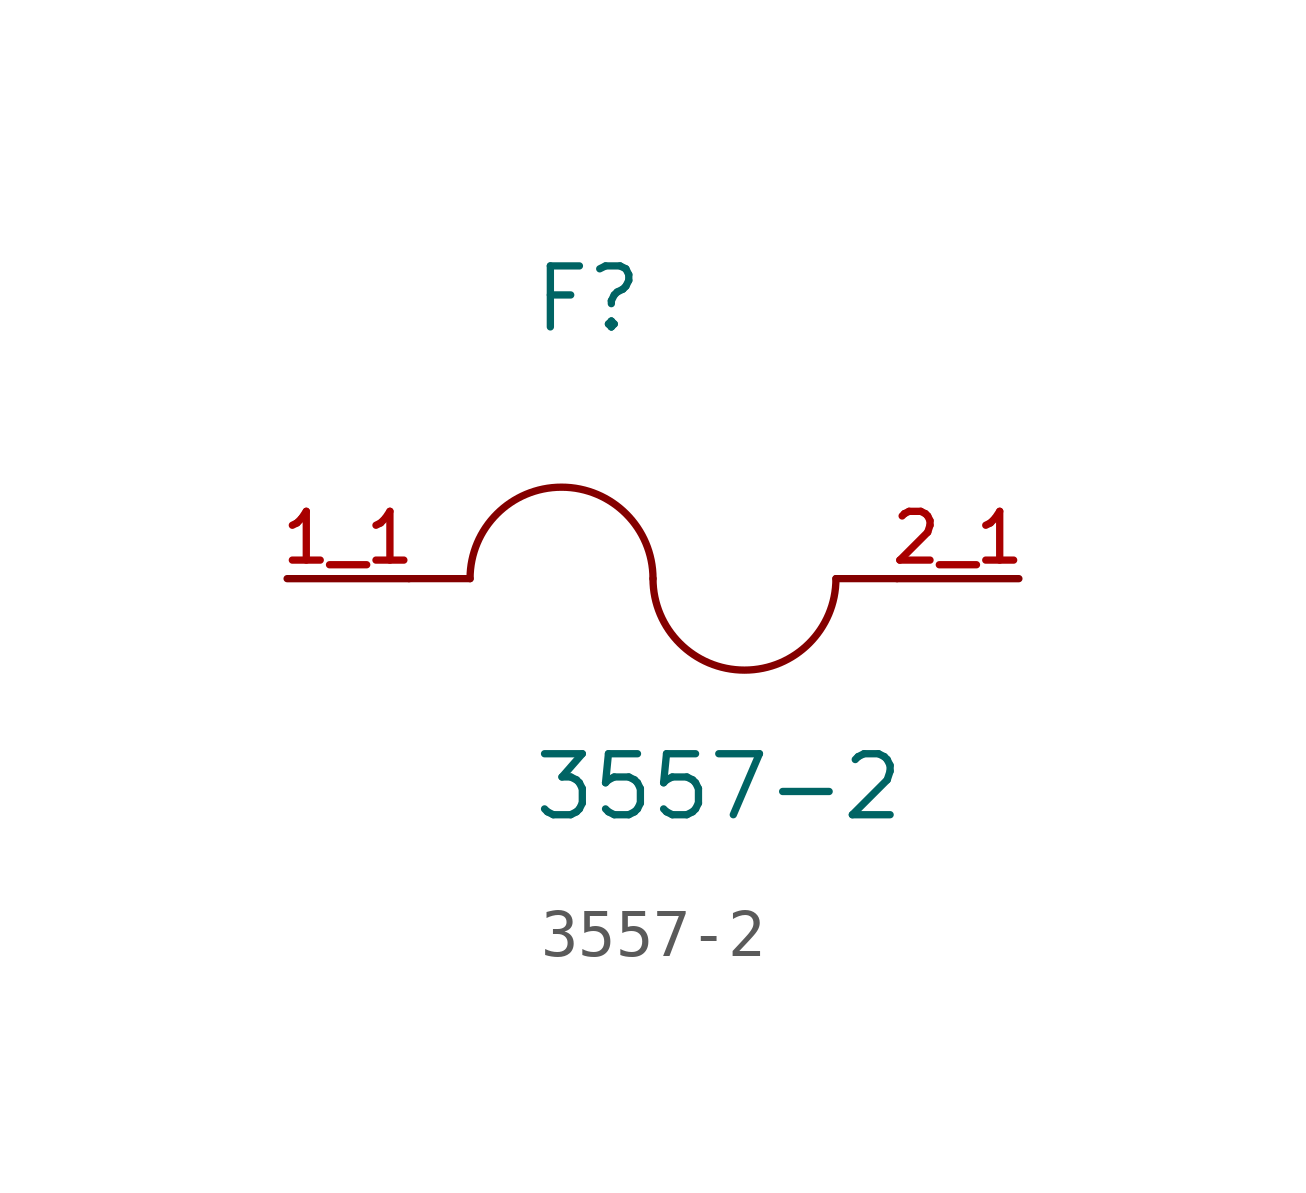
<source format=kicad_sym>
(kicad_symbol_lib
  (version 20211014)
  (generator kicad_symbol_editor)
  (symbol "3557-2"
    (pin_names
      (offset 1.016))
    (property "Reference" "F"
      (at -2.54 5.08 0)
      (effects (font (size 1.27 1.27)) (justify bottom left)))
    (property "Value" "3557-2"
      (at -2.54 -5.08 0)
      (effects (font (size 1.27 1.27)) (justify bottom left)))
    (symbol "3557-2_0_0"
      (arc (start 0.0 0.0) (mid -1.905 1.905) (end -3.81 0.0) (stroke (width 0.1524) (type default) (color 0 0 0 0)) (fill (type none)))
      (arc (start 3.81 0.0) (mid 1.905 -1.905) (end 0.0 0.0) (stroke (width 0.1524) (type default) (color 0 0 0 0)) (fill (type none)))
      (polyline (pts (xy 5.08 0.0) (xy 3.81 0.0)) (stroke (width 0.152)))
      (polyline (pts (xy -5.08 0.0) (xy -3.81 0.0)) (stroke (width 0.152)))
      (pin passive line (at -7.62 0.0 0) (length 2.54) (name "~" (effects (font (size 1.016 1.016)))) (number "1_1" (effects (font (size 1.016 1.016)))))
      (pin passive line (at 7.62 0.0 180.0) (length 2.54) (name "~" (effects (font (size 1.016 1.016)))) (number "2_1" (effects (font (size 1.016 1.016))))))))
</source>
